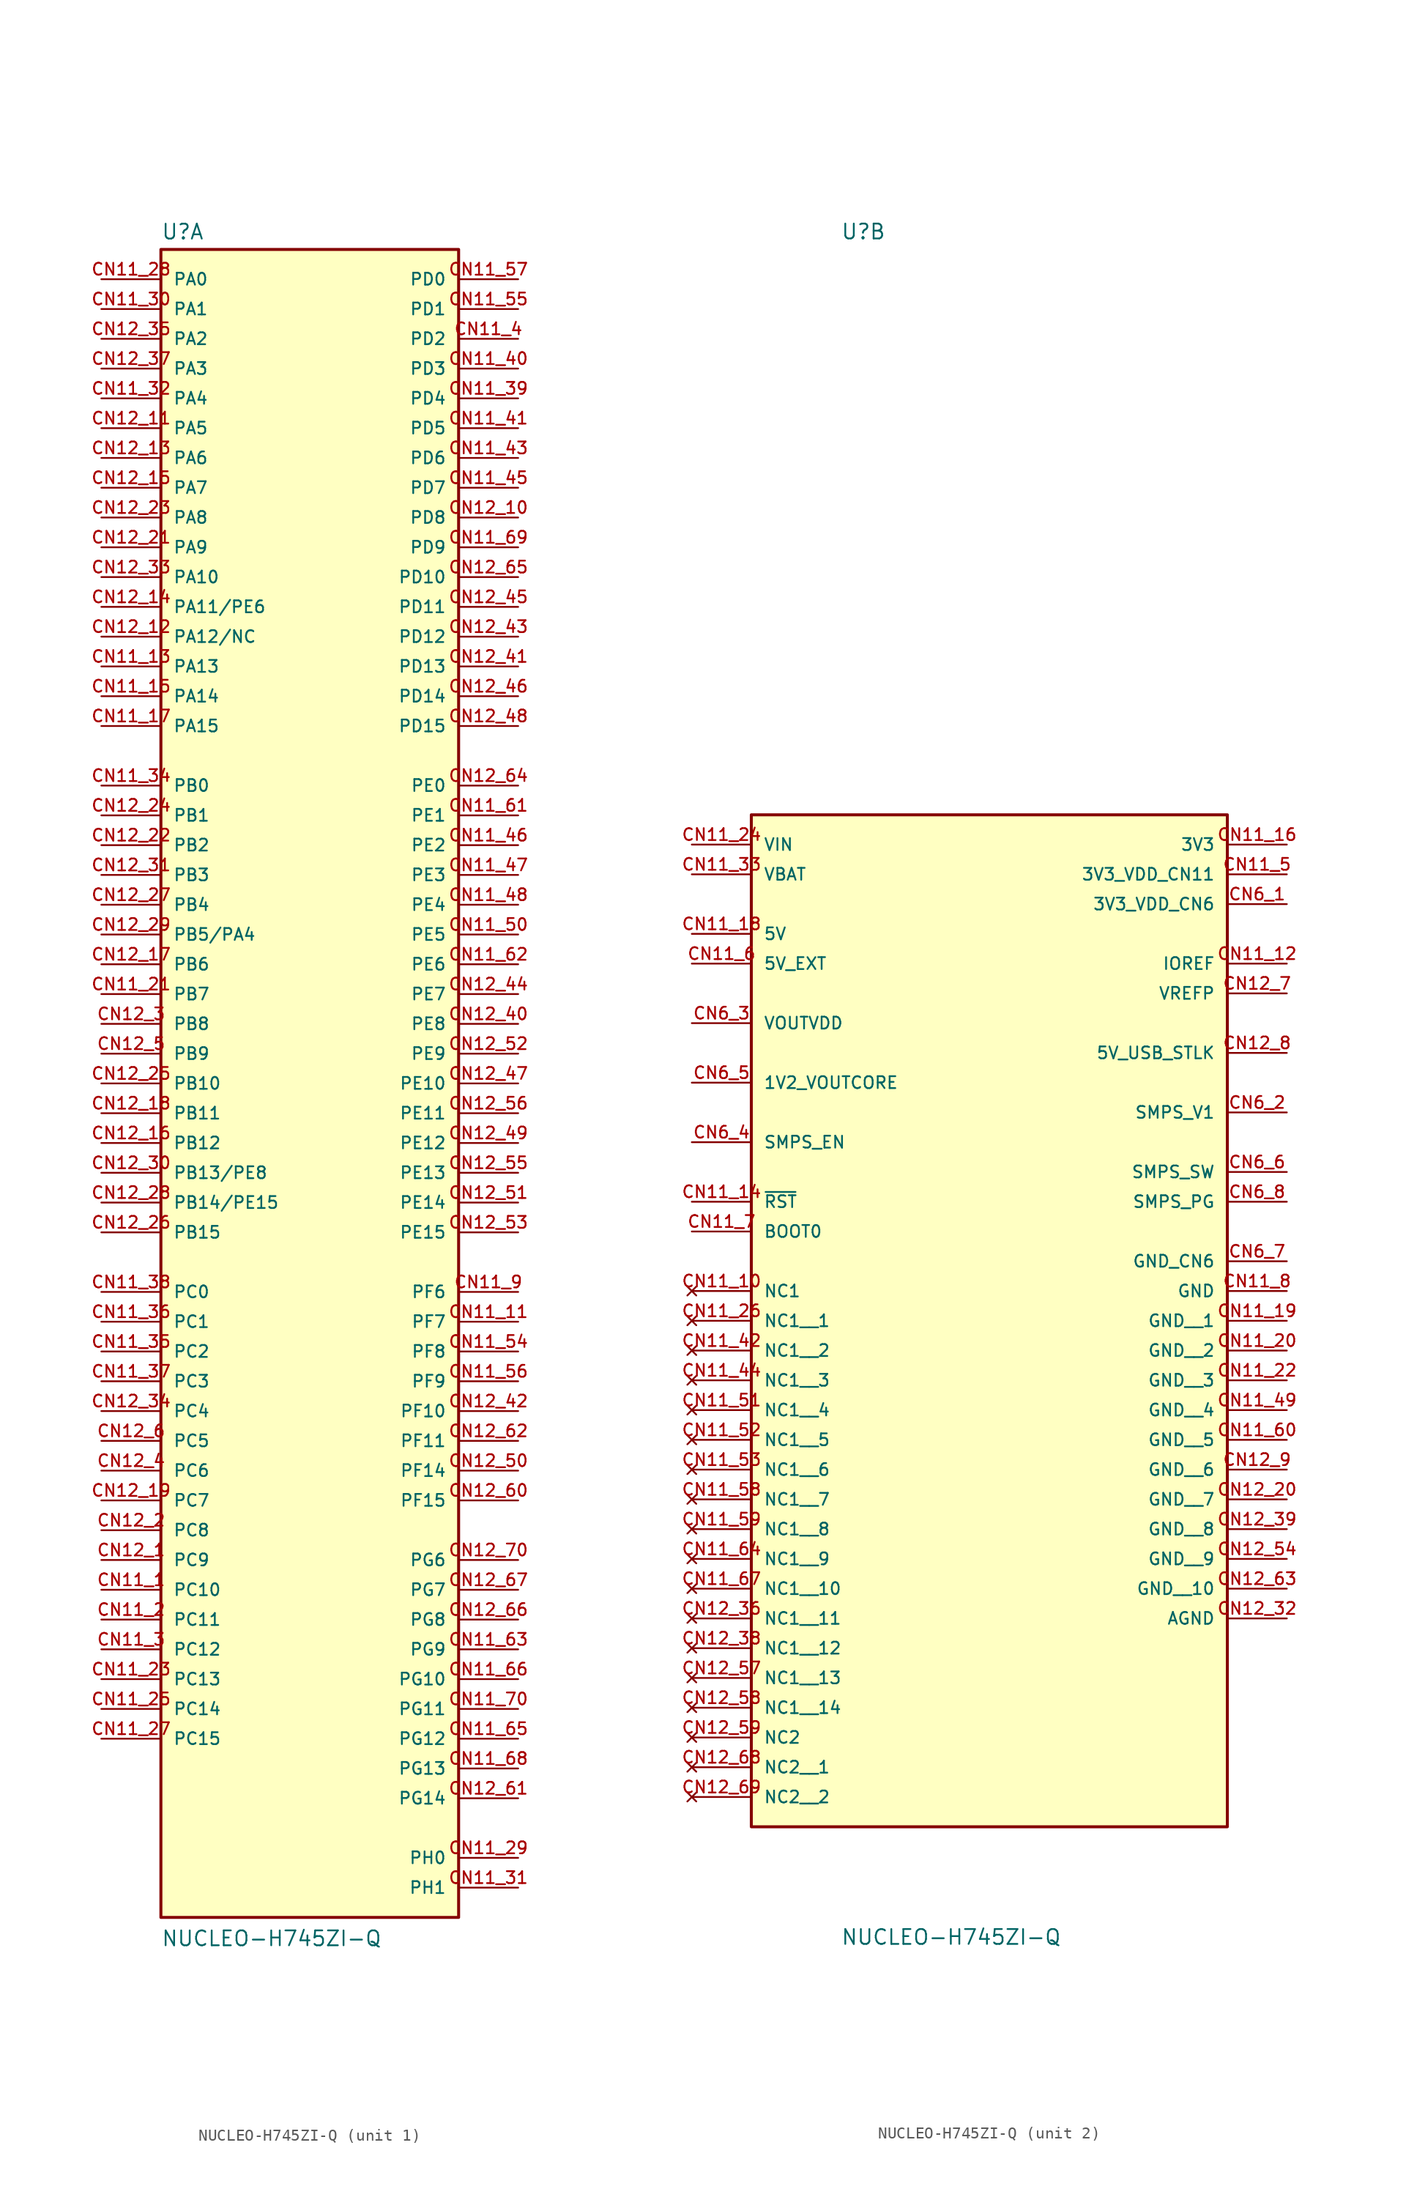
<source format=kicad_sym>
(kicad_symbol_lib
  (version 20211014)
  (generator kicad_symbol_editor)
  (symbol "NUCLEO-H745ZI-Q"
    (pin_names
      (offset 1.016))
    (property "Reference" "U"
      (at -12.7 71.882 0)
      (effects (font (size 1.27 1.27)) (justify bottom left)))
    (property "Value" "NUCLEO-H745ZI-Q"
      (at -12.7 -73.66 0)
      (effects (font (size 1.27 1.27)) (justify bottom left)))
    (symbol "NUCLEO-H745ZI-Q_1_0"
      (rectangle (start -12.7 -71.12) (end 12.7 71.12) (stroke (width 0.254)) (fill (type background)))
      (pin bidirectional line (at -17.78 -43.18 0) (length 5.08) (name "PC10" (effects (font (size 1.016 1.016)))) (number "CN11_1" (effects (font (size 1.016 1.016)))))
      (pin bidirectional line (at -17.78 -45.72 0) (length 5.08) (name "PC11" (effects (font (size 1.016 1.016)))) (number "CN11_2" (effects (font (size 1.016 1.016)))))
      (pin bidirectional line (at -17.78 -48.26 0) (length 5.08) (name "PC12" (effects (font (size 1.016 1.016)))) (number "CN11_3" (effects (font (size 1.016 1.016)))))
      (pin bidirectional line (at 17.78 63.5 180.0) (length 5.08) (name "PD2" (effects (font (size 1.016 1.016)))) (number "CN11_4" (effects (font (size 1.016 1.016)))))
      (pin bidirectional line (at 17.78 -17.78 180.0) (length 5.08) (name "PF6" (effects (font (size 1.016 1.016)))) (number "CN11_9" (effects (font (size 1.016 1.016)))))
      (pin bidirectional line (at 17.78 -20.32 180.0) (length 5.08) (name "PF7" (effects (font (size 1.016 1.016)))) (number "CN11_11" (effects (font (size 1.016 1.016)))))
      (pin bidirectional line (at -17.78 35.56 0) (length 5.08) (name "PA13" (effects (font (size 1.016 1.016)))) (number "CN11_13" (effects (font (size 1.016 1.016)))))
      (pin bidirectional line (at -17.78 33.02 0) (length 5.08) (name "PA14" (effects (font (size 1.016 1.016)))) (number "CN11_15" (effects (font (size 1.016 1.016)))))
      (pin bidirectional line (at -17.78 7.62 0) (length 5.08) (name "PB7" (effects (font (size 1.016 1.016)))) (number "CN11_21" (effects (font (size 1.016 1.016)))))
      (pin bidirectional line (at -17.78 -50.8 0) (length 5.08) (name "PC13" (effects (font (size 1.016 1.016)))) (number "CN11_23" (effects (font (size 1.016 1.016)))))
      (pin bidirectional line (at -17.78 30.48 0) (length 5.08) (name "PA15" (effects (font (size 1.016 1.016)))) (number "CN11_17" (effects (font (size 1.016 1.016)))))
      (pin bidirectional line (at -17.78 -55.88 0) (length 5.08) (name "PC15" (effects (font (size 1.016 1.016)))) (number "CN11_27" (effects (font (size 1.016 1.016)))))
      (pin bidirectional line (at -17.78 68.58 0) (length 5.08) (name "PA0" (effects (font (size 1.016 1.016)))) (number "CN11_28" (effects (font (size 1.016 1.016)))))
      (pin bidirectional line (at 17.78 -66.04 180.0) (length 5.08) (name "PH0" (effects (font (size 1.016 1.016)))) (number "CN11_29" (effects (font (size 1.016 1.016)))))
      (pin bidirectional line (at -17.78 66.04 0) (length 5.08) (name "PA1" (effects (font (size 1.016 1.016)))) (number "CN11_30" (effects (font (size 1.016 1.016)))))
      (pin bidirectional line (at 17.78 -68.58 180.0) (length 5.08) (name "PH1" (effects (font (size 1.016 1.016)))) (number "CN11_31" (effects (font (size 1.016 1.016)))))
      (pin bidirectional line (at -17.78 58.42 0) (length 5.08) (name "PA4" (effects (font (size 1.016 1.016)))) (number "CN11_32" (effects (font (size 1.016 1.016)))))
      (pin bidirectional line (at -17.78 25.4 0) (length 5.08) (name "PB0" (effects (font (size 1.016 1.016)))) (number "CN11_34" (effects (font (size 1.016 1.016)))))
      (pin bidirectional line (at -17.78 -22.86 0) (length 5.08) (name "PC2" (effects (font (size 1.016 1.016)))) (number "CN11_35" (effects (font (size 1.016 1.016)))))
      (pin bidirectional line (at -17.78 -20.32 0) (length 5.08) (name "PC1" (effects (font (size 1.016 1.016)))) (number "CN11_36" (effects (font (size 1.016 1.016)))))
      (pin bidirectional line (at -17.78 -25.4 0) (length 5.08) (name "PC3" (effects (font (size 1.016 1.016)))) (number "CN11_37" (effects (font (size 1.016 1.016)))))
      (pin bidirectional line (at -17.78 -17.78 0) (length 5.08) (name "PC0" (effects (font (size 1.016 1.016)))) (number "CN11_38" (effects (font (size 1.016 1.016)))))
      (pin bidirectional line (at 17.78 58.42 180.0) (length 5.08) (name "PD4" (effects (font (size 1.016 1.016)))) (number "CN11_39" (effects (font (size 1.016 1.016)))))
      (pin bidirectional line (at 17.78 60.96 180.0) (length 5.08) (name "PD3" (effects (font (size 1.016 1.016)))) (number "CN11_40" (effects (font (size 1.016 1.016)))))
      (pin bidirectional line (at 17.78 55.88 180.0) (length 5.08) (name "PD5" (effects (font (size 1.016 1.016)))) (number "CN11_41" (effects (font (size 1.016 1.016)))))
      (pin bidirectional line (at 17.78 53.34 180.0) (length 5.08) (name "PD6" (effects (font (size 1.016 1.016)))) (number "CN11_43" (effects (font (size 1.016 1.016)))))
      (pin bidirectional line (at 17.78 50.8 180.0) (length 5.08) (name "PD7" (effects (font (size 1.016 1.016)))) (number "CN11_45" (effects (font (size 1.016 1.016)))))
      (pin bidirectional line (at 17.78 17.78 180.0) (length 5.08) (name "PE3" (effects (font (size 1.016 1.016)))) (number "CN11_47" (effects (font (size 1.016 1.016)))))
      (pin bidirectional line (at 17.78 20.32 180.0) (length 5.08) (name "PE2" (effects (font (size 1.016 1.016)))) (number "CN11_46" (effects (font (size 1.016 1.016)))))
      (pin bidirectional line (at 17.78 15.24 180.0) (length 5.08) (name "PE4" (effects (font (size 1.016 1.016)))) (number "CN11_48" (effects (font (size 1.016 1.016)))))
      (pin bidirectional line (at 17.78 12.7 180.0) (length 5.08) (name "PE5" (effects (font (size 1.016 1.016)))) (number "CN11_50" (effects (font (size 1.016 1.016)))))
      (pin bidirectional line (at 17.78 -22.86 180.0) (length 5.08) (name "PF8" (effects (font (size 1.016 1.016)))) (number "CN11_54" (effects (font (size 1.016 1.016)))))
      (pin bidirectional line (at 17.78 66.04 180.0) (length 5.08) (name "PD1" (effects (font (size 1.016 1.016)))) (number "CN11_55" (effects (font (size 1.016 1.016)))))
      (pin bidirectional line (at 17.78 -25.4 180.0) (length 5.08) (name "PF9" (effects (font (size 1.016 1.016)))) (number "CN11_56" (effects (font (size 1.016 1.016)))))
      (pin bidirectional line (at 17.78 68.58 180.0) (length 5.08) (name "PD0" (effects (font (size 1.016 1.016)))) (number "CN11_57" (effects (font (size 1.016 1.016)))))
      (pin bidirectional line (at 17.78 22.86 180.0) (length 5.08) (name "PE1" (effects (font (size 1.016 1.016)))) (number "CN11_61" (effects (font (size 1.016 1.016)))))
      (pin bidirectional line (at 17.78 10.16 180.0) (length 5.08) (name "PE6" (effects (font (size 1.016 1.016)))) (number "CN11_62" (effects (font (size 1.016 1.016)))))
      (pin bidirectional line (at 17.78 -48.26 180.0) (length 5.08) (name "PG9" (effects (font (size 1.016 1.016)))) (number "CN11_63" (effects (font (size 1.016 1.016)))))
      (pin bidirectional line (at 17.78 -55.88 180.0) (length 5.08) (name "PG12" (effects (font (size 1.016 1.016)))) (number "CN11_65" (effects (font (size 1.016 1.016)))))
      (pin bidirectional line (at 17.78 -50.8 180.0) (length 5.08) (name "PG10" (effects (font (size 1.016 1.016)))) (number "CN11_66" (effects (font (size 1.016 1.016)))))
      (pin bidirectional line (at 17.78 -58.42 180.0) (length 5.08) (name "PG13" (effects (font (size 1.016 1.016)))) (number "CN11_68" (effects (font (size 1.016 1.016)))))
      (pin bidirectional line (at 17.78 45.72 180.0) (length 5.08) (name "PD9" (effects (font (size 1.016 1.016)))) (number "CN11_69" (effects (font (size 1.016 1.016)))))
      (pin bidirectional line (at 17.78 -53.34 180.0) (length 5.08) (name "PG11" (effects (font (size 1.016 1.016)))) (number "CN11_70" (effects (font (size 1.016 1.016)))))
      (pin bidirectional line (at -17.78 -40.64 0) (length 5.08) (name "PC9" (effects (font (size 1.016 1.016)))) (number "CN12_1" (effects (font (size 1.016 1.016)))))
      (pin bidirectional line (at -17.78 -38.1 0) (length 5.08) (name "PC8" (effects (font (size 1.016 1.016)))) (number "CN12_2" (effects (font (size 1.016 1.016)))))
      (pin bidirectional line (at -17.78 5.08 0) (length 5.08) (name "PB8" (effects (font (size 1.016 1.016)))) (number "CN12_3" (effects (font (size 1.016 1.016)))))
      (pin bidirectional line (at -17.78 -33.02 0) (length 5.08) (name "PC6" (effects (font (size 1.016 1.016)))) (number "CN12_4" (effects (font (size 1.016 1.016)))))
      (pin bidirectional line (at -17.78 2.54 0) (length 5.08) (name "PB9" (effects (font (size 1.016 1.016)))) (number "CN12_5" (effects (font (size 1.016 1.016)))))
      (pin bidirectional line (at -17.78 -30.48 0) (length 5.08) (name "PC5" (effects (font (size 1.016 1.016)))) (number "CN12_6" (effects (font (size 1.016 1.016)))))
      (pin bidirectional line (at 17.78 48.26 180.0) (length 5.08) (name "PD8" (effects (font (size 1.016 1.016)))) (number "CN12_10" (effects (font (size 1.016 1.016)))))
      (pin bidirectional line (at -17.78 55.88 0) (length 5.08) (name "PA5" (effects (font (size 1.016 1.016)))) (number "CN12_11" (effects (font (size 1.016 1.016)))))
      (pin bidirectional line (at -17.78 38.1 0) (length 5.08) (name "PA12/NC" (effects (font (size 1.016 1.016)))) (number "CN12_12" (effects (font (size 1.016 1.016)))))
      (pin bidirectional line (at -17.78 40.64 0) (length 5.08) (name "PA11/PE6" (effects (font (size 1.016 1.016)))) (number "CN12_14" (effects (font (size 1.016 1.016)))))
      (pin bidirectional line (at -17.78 53.34 0) (length 5.08) (name "PA6" (effects (font (size 1.016 1.016)))) (number "CN12_13" (effects (font (size 1.016 1.016)))))
      (pin bidirectional line (at -17.78 50.8 0) (length 5.08) (name "PA7" (effects (font (size 1.016 1.016)))) (number "CN12_15" (effects (font (size 1.016 1.016)))))
      (pin bidirectional line (at -17.78 -5.08 0) (length 5.08) (name "PB12" (effects (font (size 1.016 1.016)))) (number "CN12_16" (effects (font (size 1.016 1.016)))))
      (pin bidirectional line (at -17.78 10.16 0) (length 5.08) (name "PB6" (effects (font (size 1.016 1.016)))) (number "CN12_17" (effects (font (size 1.016 1.016)))))
      (pin bidirectional line (at -17.78 -2.54 0) (length 5.08) (name "PB11" (effects (font (size 1.016 1.016)))) (number "CN12_18" (effects (font (size 1.016 1.016)))))
      (pin bidirectional line (at -17.78 -35.56 0) (length 5.08) (name "PC7" (effects (font (size 1.016 1.016)))) (number "CN12_19" (effects (font (size 1.016 1.016)))))
      (pin bidirectional line (at -17.78 45.72 0) (length 5.08) (name "PA9" (effects (font (size 1.016 1.016)))) (number "CN12_21" (effects (font (size 1.016 1.016)))))
      (pin bidirectional line (at -17.78 20.32 0) (length 5.08) (name "PB2" (effects (font (size 1.016 1.016)))) (number "CN12_22" (effects (font (size 1.016 1.016)))))
      (pin bidirectional line (at -17.78 48.26 0) (length 5.08) (name "PA8" (effects (font (size 1.016 1.016)))) (number "CN12_23" (effects (font (size 1.016 1.016)))))
      (pin bidirectional line (at -17.78 22.86 0) (length 5.08) (name "PB1" (effects (font (size 1.016 1.016)))) (number "CN12_24" (effects (font (size 1.016 1.016)))))
      (pin bidirectional line (at -17.78 0.0 0) (length 5.08) (name "PB10" (effects (font (size 1.016 1.016)))) (number "CN12_25" (effects (font (size 1.016 1.016)))))
      (pin bidirectional line (at -17.78 -12.7 0) (length 5.08) (name "PB15" (effects (font (size 1.016 1.016)))) (number "CN12_26" (effects (font (size 1.016 1.016)))))
      (pin bidirectional line (at -17.78 15.24 0) (length 5.08) (name "PB4" (effects (font (size 1.016 1.016)))) (number "CN12_27" (effects (font (size 1.016 1.016)))))
      (pin bidirectional line (at -17.78 -10.16 0) (length 5.08) (name "PB14/PE15" (effects (font (size 1.016 1.016)))) (number "CN12_28" (effects (font (size 1.016 1.016)))))
      (pin bidirectional line (at -17.78 12.7 0) (length 5.08) (name "PB5/PA4" (effects (font (size 1.016 1.016)))) (number "CN12_29" (effects (font (size 1.016 1.016)))))
      (pin bidirectional line (at -17.78 -7.62 0) (length 5.08) (name "PB13/PE8" (effects (font (size 1.016 1.016)))) (number "CN12_30" (effects (font (size 1.016 1.016)))))
      (pin bidirectional line (at -17.78 17.78 0) (length 5.08) (name "PB3" (effects (font (size 1.016 1.016)))) (number "CN12_31" (effects (font (size 1.016 1.016)))))
      (pin bidirectional line (at -17.78 43.18 0) (length 5.08) (name "PA10" (effects (font (size 1.016 1.016)))) (number "CN12_33" (effects (font (size 1.016 1.016)))))
      (pin bidirectional line (at -17.78 -27.94 0) (length 5.08) (name "PC4" (effects (font (size 1.016 1.016)))) (number "CN12_34" (effects (font (size 1.016 1.016)))))
      (pin bidirectional line (at -17.78 63.5 0) (length 5.08) (name "PA2" (effects (font (size 1.016 1.016)))) (number "CN12_35" (effects (font (size 1.016 1.016)))))
      (pin bidirectional line (at -17.78 60.96 0) (length 5.08) (name "PA3" (effects (font (size 1.016 1.016)))) (number "CN12_37" (effects (font (size 1.016 1.016)))))
      (pin bidirectional line (at 17.78 5.08 180.0) (length 5.08) (name "PE8" (effects (font (size 1.016 1.016)))) (number "CN12_40" (effects (font (size 1.016 1.016)))))
      (pin bidirectional line (at 17.78 35.56 180.0) (length 5.08) (name "PD13" (effects (font (size 1.016 1.016)))) (number "CN12_41" (effects (font (size 1.016 1.016)))))
      (pin bidirectional line (at 17.78 -27.94 180.0) (length 5.08) (name "PF10" (effects (font (size 1.016 1.016)))) (number "CN12_42" (effects (font (size 1.016 1.016)))))
      (pin bidirectional line (at 17.78 38.1 180.0) (length 5.08) (name "PD12" (effects (font (size 1.016 1.016)))) (number "CN12_43" (effects (font (size 1.016 1.016)))))
      (pin bidirectional line (at 17.78 7.62 180.0) (length 5.08) (name "PE7" (effects (font (size 1.016 1.016)))) (number "CN12_44" (effects (font (size 1.016 1.016)))))
      (pin bidirectional line (at 17.78 40.64 180.0) (length 5.08) (name "PD11" (effects (font (size 1.016 1.016)))) (number "CN12_45" (effects (font (size 1.016 1.016)))))
      (pin bidirectional line (at 17.78 33.02 180.0) (length 5.08) (name "PD14" (effects (font (size 1.016 1.016)))) (number "CN12_46" (effects (font (size 1.016 1.016)))))
      (pin bidirectional line (at 17.78 0.0 180.0) (length 5.08) (name "PE10" (effects (font (size 1.016 1.016)))) (number "CN12_47" (effects (font (size 1.016 1.016)))))
      (pin bidirectional line (at 17.78 30.48 180.0) (length 5.08) (name "PD15" (effects (font (size 1.016 1.016)))) (number "CN12_48" (effects (font (size 1.016 1.016)))))
      (pin bidirectional line (at 17.78 -5.08 180.0) (length 5.08) (name "PE12" (effects (font (size 1.016 1.016)))) (number "CN12_49" (effects (font (size 1.016 1.016)))))
      (pin bidirectional line (at 17.78 -33.02 180.0) (length 5.08) (name "PF14" (effects (font (size 1.016 1.016)))) (number "CN12_50" (effects (font (size 1.016 1.016)))))
      (pin bidirectional line (at 17.78 -10.16 180.0) (length 5.08) (name "PE14" (effects (font (size 1.016 1.016)))) (number "CN12_51" (effects (font (size 1.016 1.016)))))
      (pin bidirectional line (at 17.78 2.54 180.0) (length 5.08) (name "PE9" (effects (font (size 1.016 1.016)))) (number "CN12_52" (effects (font (size 1.016 1.016)))))
      (pin bidirectional line (at 17.78 -12.7 180.0) (length 5.08) (name "PE15" (effects (font (size 1.016 1.016)))) (number "CN12_53" (effects (font (size 1.016 1.016)))))
      (pin bidirectional line (at 17.78 -7.62 180.0) (length 5.08) (name "PE13" (effects (font (size 1.016 1.016)))) (number "CN12_55" (effects (font (size 1.016 1.016)))))
      (pin bidirectional line (at 17.78 -2.54 180.0) (length 5.08) (name "PE11" (effects (font (size 1.016 1.016)))) (number "CN12_56" (effects (font (size 1.016 1.016)))))
      (pin bidirectional line (at 17.78 -35.56 180.0) (length 5.08) (name "PF15" (effects (font (size 1.016 1.016)))) (number "CN12_60" (effects (font (size 1.016 1.016)))))
      (pin bidirectional line (at 17.78 -60.96 180.0) (length 5.08) (name "PG14" (effects (font (size 1.016 1.016)))) (number "CN12_61" (effects (font (size 1.016 1.016)))))
      (pin bidirectional line (at 17.78 -30.48 180.0) (length 5.08) (name "PF11" (effects (font (size 1.016 1.016)))) (number "CN12_62" (effects (font (size 1.016 1.016)))))
      (pin bidirectional line (at 17.78 25.4 180.0) (length 5.08) (name "PE0" (effects (font (size 1.016 1.016)))) (number "CN12_64" (effects (font (size 1.016 1.016)))))
      (pin bidirectional line (at 17.78 43.18 180.0) (length 5.08) (name "PD10" (effects (font (size 1.016 1.016)))) (number "CN12_65" (effects (font (size 1.016 1.016)))))
      (pin bidirectional line (at 17.78 -45.72 180.0) (length 5.08) (name "PG8" (effects (font (size 1.016 1.016)))) (number "CN12_66" (effects (font (size 1.016 1.016)))))
      (pin bidirectional line (at 17.78 -43.18 180.0) (length 5.08) (name "PG7" (effects (font (size 1.016 1.016)))) (number "CN12_67" (effects (font (size 1.016 1.016)))))
      (pin bidirectional line (at 17.78 -40.64 180.0) (length 5.08) (name "PG6" (effects (font (size 1.016 1.016)))) (number "CN12_70" (effects (font (size 1.016 1.016)))))
      (pin bidirectional line (at -17.78 -53.34 0) (length 5.08) (name "PC14" (effects (font (size 1.016 1.016)))) (number "CN11_25" (effects (font (size 1.016 1.016))))))
    (symbol "NUCLEO-H745ZI-Q_2_0"
      (rectangle (start -20.32 -63.5) (end 20.32 22.86) (stroke (width 0.254)) (fill (type background)))
      (pin power_in line (at 25.4 17.78 180.0) (length 5.08) (name "3V3_VDD_CN11" (effects (font (size 1.016 1.016)))) (number "CN11_5" (effects (font (size 1.016 1.016)))))
      (pin power_in line (at -25.4 10.16 0) (length 5.08) (name "5V_EXT" (effects (font (size 1.016 1.016)))) (number "CN11_6" (effects (font (size 1.016 1.016)))))
      (pin input line (at -25.4 -12.7 0) (length 5.08) (name "BOOT0" (effects (font (size 1.016 1.016)))) (number "CN11_7" (effects (font (size 1.016 1.016)))))
      (pin power_in line (at 25.4 -17.78 180.0) (length 5.08) (name "GND" (effects (font (size 1.016 1.016)))) (number "CN11_8" (effects (font (size 1.016 1.016)))))
      (pin no_connect line (at -25.4 -17.78 0) (length 5.08) (name "NC1" (effects (font (size 1.016 1.016)))) (number "CN11_10" (effects (font (size 1.016 1.016)))))
      (pin power_in line (at 25.4 10.16 180.0) (length 5.08) (name "IOREF" (effects (font (size 1.016 1.016)))) (number "CN11_12" (effects (font (size 1.016 1.016)))))
      (pin input line (at -25.4 -10.16 0) (length 5.08) (name "~{RST}" (effects (font (size 1.016 1.016)))) (number "CN11_14" (effects (font (size 1.016 1.016)))))
      (pin power_in line (at 25.4 20.32 180.0) (length 5.08) (name "3V3" (effects (font (size 1.016 1.016)))) (number "CN11_16" (effects (font (size 1.016 1.016)))))
      (pin power_in line (at -25.4 12.7 0) (length 5.08) (name "5V" (effects (font (size 1.016 1.016)))) (number "CN11_18" (effects (font (size 1.016 1.016)))))
      (pin power_in line (at -25.4 20.32 0) (length 5.08) (name "VIN" (effects (font (size 1.016 1.016)))) (number "CN11_24" (effects (font (size 1.016 1.016)))))
      (pin power_in line (at -25.4 17.78 0) (length 5.08) (name "VBAT" (effects (font (size 1.016 1.016)))) (number "CN11_33" (effects (font (size 1.016 1.016)))))
      (pin power_in line (at 25.4 7.62 180.0) (length 5.08) (name "VREFP" (effects (font (size 1.016 1.016)))) (number "CN12_7" (effects (font (size 1.016 1.016)))))
      (pin power_in line (at 25.4 2.54 180.0) (length 5.08) (name "5V_USB_STLK" (effects (font (size 1.016 1.016)))) (number "CN12_8" (effects (font (size 1.016 1.016)))))
      (pin power_in line (at 25.4 -45.72 180.0) (length 5.08) (name "AGND" (effects (font (size 1.016 1.016)))) (number "CN12_32" (effects (font (size 1.016 1.016)))))
      (pin power_in line (at 25.4 -2.54 180.0) (length 5.08) (name "SMPS_V1" (effects (font (size 1.016 1.016)))) (number "CN6_2" (effects (font (size 1.016 1.016)))))
      (pin power_in line (at -25.4 5.08 0) (length 5.08) (name "VOUTVDD" (effects (font (size 1.016 1.016)))) (number "CN6_3" (effects (font (size 1.016 1.016)))))
      (pin input line (at -25.4 -5.08 0) (length 5.08) (name "SMPS_EN" (effects (font (size 1.016 1.016)))) (number "CN6_4" (effects (font (size 1.016 1.016)))))
      (pin power_in line (at -25.4 0.0 0) (length 5.08) (name "1V2_VOUTCORE" (effects (font (size 1.016 1.016)))) (number "CN6_5" (effects (font (size 1.016 1.016)))))
      (pin output line (at 25.4 -7.62 180.0) (length 5.08) (name "SMPS_SW" (effects (font (size 1.016 1.016)))) (number "CN6_6" (effects (font (size 1.016 1.016)))))
      (pin output line (at 25.4 -10.16 180.0) (length 5.08) (name "SMPS_PG" (effects (font (size 1.016 1.016)))) (number "CN6_8" (effects (font (size 1.016 1.016)))))
      (pin no_connect line (at -25.4 -55.88 0) (length 5.08) (name "NC2" (effects (font (size 1.016 1.016)))) (number "CN12_59" (effects (font (size 1.016 1.016)))))
      (pin power_in line (at 25.4 -15.24 180.0) (length 5.08) (name "GND_CN6" (effects (font (size 1.016 1.016)))) (number "CN6_7" (effects (font (size 1.016 1.016)))))
      (pin power_in line (at 25.4 15.24 180.0) (length 5.08) (name "3V3_VDD_CN6" (effects (font (size 1.016 1.016)))) (number "CN6_1" (effects (font (size 1.016 1.016)))))
      (pin no_connect line (at -25.4 -20.32 0) (length 5.08) (name "NC1__1" (effects (font (size 1.016 1.016)))) (number "CN11_26" (effects (font (size 1.016 1.016)))))
      (pin no_connect line (at -25.4 -22.86 0) (length 5.08) (name "NC1__2" (effects (font (size 1.016 1.016)))) (number "CN11_42" (effects (font (size 1.016 1.016)))))
      (pin no_connect line (at -25.4 -25.4 0) (length 5.08) (name "NC1__3" (effects (font (size 1.016 1.016)))) (number "CN11_44" (effects (font (size 1.016 1.016)))))
      (pin no_connect line (at -25.4 -27.94 0) (length 5.08) (name "NC1__4" (effects (font (size 1.016 1.016)))) (number "CN11_51" (effects (font (size 1.016 1.016)))))
      (pin no_connect line (at -25.4 -30.48 0) (length 5.08) (name "NC1__5" (effects (font (size 1.016 1.016)))) (number "CN11_52" (effects (font (size 1.016 1.016)))))
      (pin no_connect line (at -25.4 -33.02 0) (length 5.08) (name "NC1__6" (effects (font (size 1.016 1.016)))) (number "CN11_53" (effects (font (size 1.016 1.016)))))
      (pin no_connect line (at -25.4 -35.56 0) (length 5.08) (name "NC1__7" (effects (font (size 1.016 1.016)))) (number "CN11_58" (effects (font (size 1.016 1.016)))))
      (pin no_connect line (at -25.4 -38.1 0) (length 5.08) (name "NC1__8" (effects (font (size 1.016 1.016)))) (number "CN11_59" (effects (font (size 1.016 1.016)))))
      (pin no_connect line (at -25.4 -40.64 0) (length 5.08) (name "NC1__9" (effects (font (size 1.016 1.016)))) (number "CN11_64" (effects (font (size 1.016 1.016)))))
      (pin no_connect line (at -25.4 -43.18 0) (length 5.08) (name "NC1__10" (effects (font (size 1.016 1.016)))) (number "CN11_67" (effects (font (size 1.016 1.016)))))
      (pin no_connect line (at -25.4 -45.72 0) (length 5.08) (name "NC1__11" (effects (font (size 1.016 1.016)))) (number "CN12_36" (effects (font (size 1.016 1.016)))))
      (pin no_connect line (at -25.4 -48.26 0) (length 5.08) (name "NC1__12" (effects (font (size 1.016 1.016)))) (number "CN12_38" (effects (font (size 1.016 1.016)))))
      (pin no_connect line (at -25.4 -50.8 0) (length 5.08) (name "NC1__13" (effects (font (size 1.016 1.016)))) (number "CN12_57" (effects (font (size 1.016 1.016)))))
      (pin no_connect line (at -25.4 -53.34 0) (length 5.08) (name "NC1__14" (effects (font (size 1.016 1.016)))) (number "CN12_58" (effects (font (size 1.016 1.016)))))
      (pin no_connect line (at -25.4 -58.42 0) (length 5.08) (name "NC2__1" (effects (font (size 1.016 1.016)))) (number "CN12_68" (effects (font (size 1.016 1.016)))))
      (pin no_connect line (at -25.4 -60.96 0) (length 5.08) (name "NC2__2" (effects (font (size 1.016 1.016)))) (number "CN12_69" (effects (font (size 1.016 1.016)))))
      (pin power_in line (at 25.4 -20.32 180.0) (length 5.08) (name "GND__1" (effects (font (size 1.016 1.016)))) (number "CN11_19" (effects (font (size 1.016 1.016)))))
      (pin power_in line (at 25.4 -22.86 180.0) (length 5.08) (name "GND__2" (effects (font (size 1.016 1.016)))) (number "CN11_20" (effects (font (size 1.016 1.016)))))
      (pin power_in line (at 25.4 -25.4 180.0) (length 5.08) (name "GND__3" (effects (font (size 1.016 1.016)))) (number "CN11_22" (effects (font (size 1.016 1.016)))))
      (pin power_in line (at 25.4 -27.94 180.0) (length 5.08) (name "GND__4" (effects (font (size 1.016 1.016)))) (number "CN11_49" (effects (font (size 1.016 1.016)))))
      (pin power_in line (at 25.4 -30.48 180.0) (length 5.08) (name "GND__5" (effects (font (size 1.016 1.016)))) (number "CN11_60" (effects (font (size 1.016 1.016)))))
      (pin power_in line (at 25.4 -33.02 180.0) (length 5.08) (name "GND__6" (effects (font (size 1.016 1.016)))) (number "CN12_9" (effects (font (size 1.016 1.016)))))
      (pin power_in line (at 25.4 -35.56 180.0) (length 5.08) (name "GND__7" (effects (font (size 1.016 1.016)))) (number "CN12_20" (effects (font (size 1.016 1.016)))))
      (pin power_in line (at 25.4 -38.1 180.0) (length 5.08) (name "GND__8" (effects (font (size 1.016 1.016)))) (number "CN12_39" (effects (font (size 1.016 1.016)))))
      (pin power_in line (at 25.4 -40.64 180.0) (length 5.08) (name "GND__9" (effects (font (size 1.016 1.016)))) (number "CN12_54" (effects (font (size 1.016 1.016)))))
      (pin power_in line (at 25.4 -43.18 180.0) (length 5.08) (name "GND__10" (effects (font (size 1.016 1.016)))) (number "CN12_63" (effects (font (size 1.016 1.016))))))))
</source>
